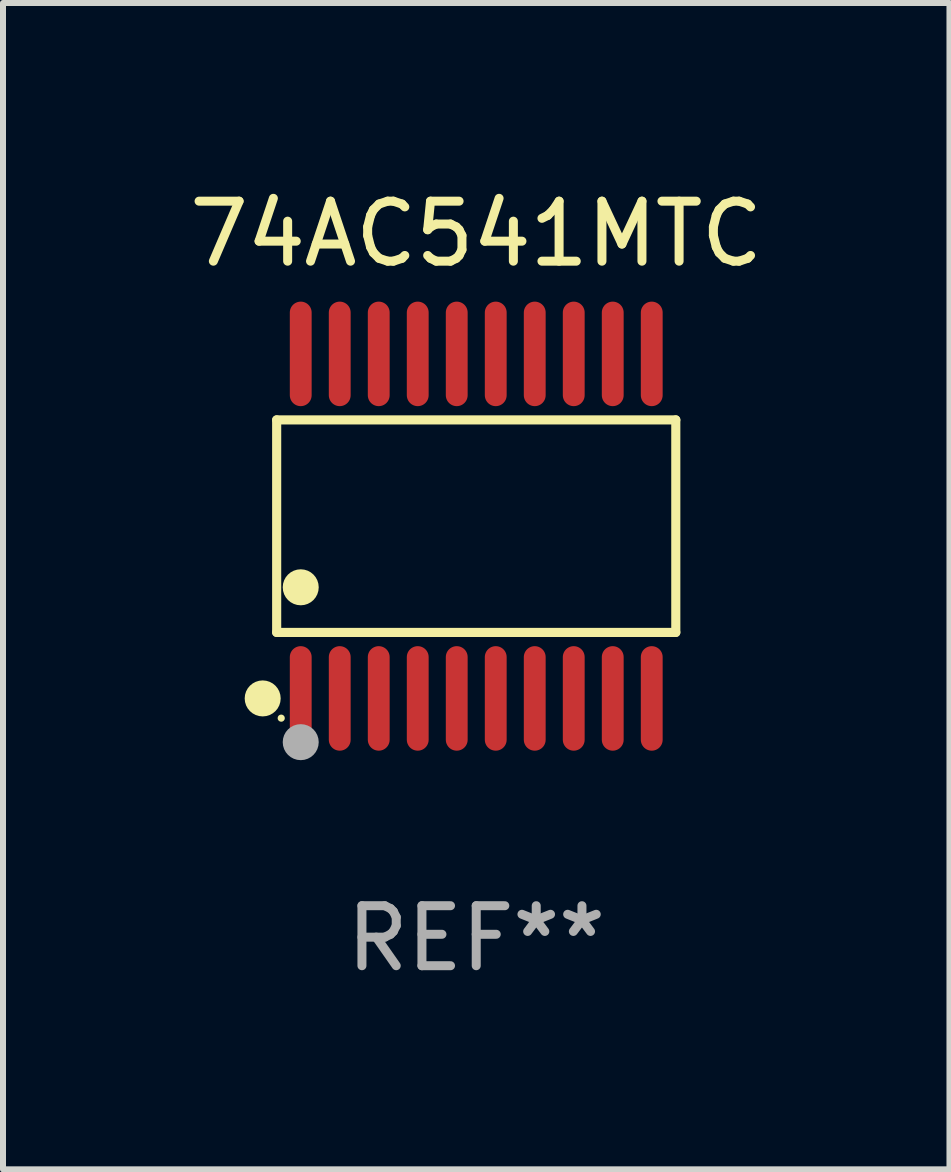
<source format=kicad_pcb>
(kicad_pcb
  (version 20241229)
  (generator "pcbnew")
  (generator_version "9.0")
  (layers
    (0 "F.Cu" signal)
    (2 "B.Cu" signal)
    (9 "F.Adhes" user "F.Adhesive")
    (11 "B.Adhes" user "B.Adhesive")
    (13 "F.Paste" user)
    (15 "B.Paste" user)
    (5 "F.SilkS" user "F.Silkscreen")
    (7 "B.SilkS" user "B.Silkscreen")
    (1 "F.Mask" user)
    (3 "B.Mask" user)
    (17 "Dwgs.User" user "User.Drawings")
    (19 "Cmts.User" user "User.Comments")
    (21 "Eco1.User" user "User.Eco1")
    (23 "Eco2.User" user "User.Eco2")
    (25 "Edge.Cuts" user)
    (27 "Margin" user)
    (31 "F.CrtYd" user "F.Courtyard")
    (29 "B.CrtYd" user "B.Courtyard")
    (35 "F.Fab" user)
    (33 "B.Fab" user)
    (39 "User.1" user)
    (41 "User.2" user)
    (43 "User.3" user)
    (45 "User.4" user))
  (footprint "74AC541MTC"
    (layer "F.Cu")
    (at 4.887 5.719)
    (property "Reference" "74AC541MTC" (at 0 -4.871 0) (layer "F.SilkS") (effects (font (size 1 1) (thickness 0.15))))
    (attr through_hole)
    (fp_line (start -3.326 -1.771) (end 3.326 -1.771) (stroke (width 0.152) (type solid)) (layer "F.SilkS"))
    (fp_line (start -3.326 1.771) (end -3.326 -1.771) (stroke (width 0.152) (type solid)) (layer "F.SilkS"))
    (fp_line (start 3.326 -1.771) (end 3.326 1.771) (stroke (width 0.152) (type solid)) (layer "F.SilkS"))
    (fp_line (start 3.326 1.771) (end -3.326 1.771) (stroke (width 0.152) (type solid)) (layer "F.SilkS"))
    (fp_circle (center -3.559 2.871) (end -3.409 2.871) (stroke (width 0.3) (type solid)) (fill no) (layer "F.SilkS"))
    (fp_circle (center -3.25 3.2) (end -3.22 3.2) (stroke (width 0.06) (type solid)) (fill no) (layer "F.SilkS"))
    (fp_circle (center -2.925 1.019) (end -2.775 1.019) (stroke (width 0.3) (type solid)) (fill no) (layer "F.SilkS"))
    (fp_circle (center -2.925 3.6) (end -2.775 3.6) (stroke (width 0.3) (type solid)) (fill no) (layer "F.Fab"))
    (fp_text user "REF**" (at 0 6.871 0) (layer "F.Fab") (effects (font (size 1 1) (thickness 0.15))))
    (pad "1" smd oval (at -2.925 2.871) (size 0.364 1.742) (layers "F.Cu" "F.Mask" "F.Paste"))
    (pad "2" smd oval (at -2.275 2.871) (size 0.364 1.742) (layers "F.Cu" "F.Mask" "F.Paste"))
    (pad "3" smd oval (at -1.625 2.871) (size 0.364 1.742) (layers "F.Cu" "F.Mask" "F.Paste"))
    (pad "4" smd oval (at -0.975 2.871) (size 0.364 1.742) (layers "F.Cu" "F.Mask" "F.Paste"))
    (pad "5" smd oval (at -0.325 2.871) (size 0.364 1.742) (layers "F.Cu" "F.Mask" "F.Paste"))
    (pad "6" smd oval (at 0.325 2.871) (size 0.364 1.742) (layers "F.Cu" "F.Mask" "F.Paste"))
    (pad "7" smd oval (at 0.975 2.871) (size 0.364 1.742) (layers "F.Cu" "F.Mask" "F.Paste"))
    (pad "8" smd oval (at 1.625 2.871) (size 0.364 1.742) (layers "F.Cu" "F.Mask" "F.Paste"))
    (pad "9" smd oval (at 2.275 2.871) (size 0.364 1.742) (layers "F.Cu" "F.Mask" "F.Paste"))
    (pad "10" smd oval (at 2.925 2.871) (size 0.364 1.742) (layers "F.Cu" "F.Mask" "F.Paste"))
    (pad "11" smd oval (at 2.925 -2.871) (size 0.364 1.742) (layers "F.Cu" "F.Mask" "F.Paste"))
    (pad "12" smd oval (at 2.275 -2.871) (size 0.364 1.742) (layers "F.Cu" "F.Mask" "F.Paste"))
    (pad "13" smd oval (at 1.625 -2.871) (size 0.364 1.742) (layers "F.Cu" "F.Mask" "F.Paste"))
    (pad "14" smd oval (at 0.975 -2.871) (size 0.364 1.742) (layers "F.Cu" "F.Mask" "F.Paste"))
    (pad "15" smd oval (at 0.325 -2.871) (size 0.364 1.742) (layers "F.Cu" "F.Mask" "F.Paste"))
    (pad "16" smd oval (at -0.325 -2.871) (size 0.364 1.742) (layers "F.Cu" "F.Mask" "F.Paste"))
    (pad "17" smd oval (at -0.975 -2.871) (size 0.364 1.742) (layers "F.Cu" "F.Mask" "F.Paste"))
    (pad "18" smd oval (at -1.625 -2.871) (size 0.364 1.742) (layers "F.Cu" "F.Mask" "F.Paste"))
    (pad "19" smd oval (at -2.275 -2.871) (size 0.364 1.742) (layers "F.Cu" "F.Mask" "F.Paste"))
    (pad "20" smd oval (at -2.925 -2.871) (size 0.364 1.742) (layers "F.Cu" "F.Mask" "F.Paste")))
  (gr_rect
    (start -3 -3)
    (end 12.774 16.438)
    (stroke (width 0.1) (type default))
    (fill no)
    (layer "Edge.Cuts")))
</source>
